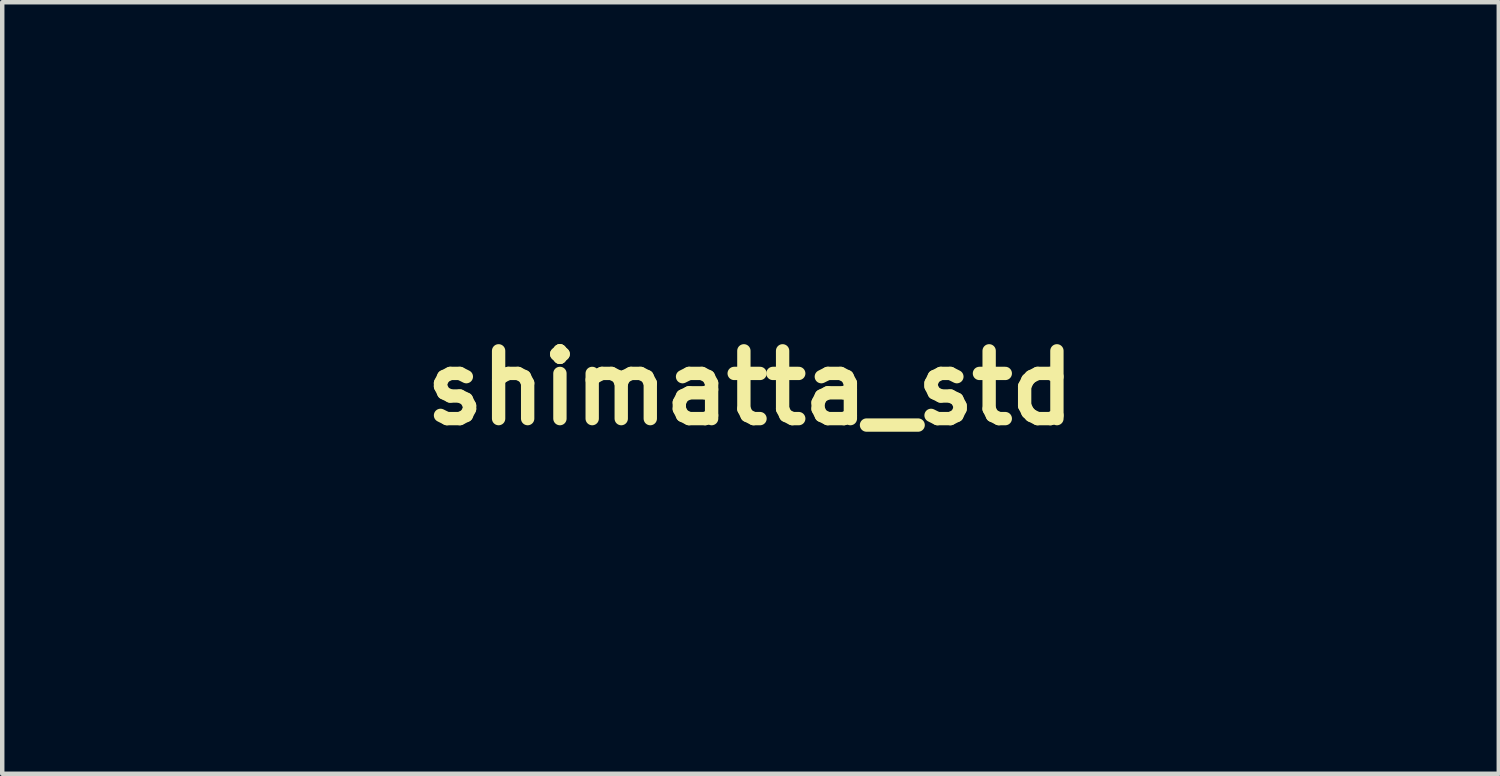
<source format=kicad_pcb>
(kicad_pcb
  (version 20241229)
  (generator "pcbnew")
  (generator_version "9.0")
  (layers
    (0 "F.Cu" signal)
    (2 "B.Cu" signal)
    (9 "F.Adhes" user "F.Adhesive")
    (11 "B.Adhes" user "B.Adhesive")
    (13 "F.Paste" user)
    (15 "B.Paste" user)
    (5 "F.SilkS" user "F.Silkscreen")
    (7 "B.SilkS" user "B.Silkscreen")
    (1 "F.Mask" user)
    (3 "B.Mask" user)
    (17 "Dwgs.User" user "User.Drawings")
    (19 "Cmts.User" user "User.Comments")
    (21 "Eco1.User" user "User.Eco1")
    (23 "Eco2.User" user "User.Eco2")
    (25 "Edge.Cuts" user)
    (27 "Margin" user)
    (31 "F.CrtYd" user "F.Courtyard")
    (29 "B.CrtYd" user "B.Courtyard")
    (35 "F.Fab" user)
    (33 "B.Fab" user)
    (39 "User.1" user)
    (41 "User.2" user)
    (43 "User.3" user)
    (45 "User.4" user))
  (footprint "shimatta_std"
    (layer "F.Cu")
    (at 13.823 5.674)
    (property "Reference" "shimatta_std" (at 0 0 0) (layer "F.SilkS") (effects (font (size 1.524 1.524) (thickness 0.3))))
    (attr through_hole)
    (fp_poly (pts (xy 10.869 -0.347) (xy 10.94 -0.345) (xy 11.002 -0.341) (xy 11.054 -0.335) (xy 11.1 -0.326) (xy 11.139 -0.315) (xy 11.173 -0.301) (xy 11.203 -0.284) (xy 11.23 -0.264) (xy 11.256 -0.24) (xy 11.256 -0.24) (xy 11.289 -0.201) (xy 11.312 -0.159) (xy 11.327 -0.11) (xy 11.334 -0.051) (xy 11.334 -0.051) (xy 11.333 0.023) (xy 11.32 0.089) (xy 11.297 0.147) (xy 11.264 0.195) (xy 11.219 0.233) (xy 11.191 0.25) (xy 11.17 0.26) (xy 11.151 0.269) (xy 11.13 0.275) (xy 11.108 0.281) (xy 11.081 0.285) (xy 11.048 0.289) (xy 11.008 0.291) (xy 10.96 0.294) (xy 10.9 0.296) (xy 10.828 0.297) (xy 10.806 0.298) (xy 10.501 0.309) (xy 10.208 0.326) (xy 9.923 0.349) (xy 9.646 0.38) (xy 9.471 0.403) (xy 9.412 0.411) (xy 9.364 0.416) (xy 9.325 0.419) (xy 9.291 0.419) (xy 9.26 0.417) (xy 9.228 0.413) (xy 9.212 0.41) (xy 9.144 0.392) (xy 9.087 0.364) (xy 9.041 0.326) (xy 9.005 0.278) (xy 8.993 0.255) (xy 8.981 0.218) (xy 8.973 0.172) (xy 8.97 0.123) (xy 8.971 0.074) (xy 8.977 0.037) (xy 8.998 -0.025) (xy 9.031 -0.081) (xy 9.076 -0.128) (xy 9.123 -0.162) (xy 9.147 -0.175) (xy 9.175 -0.186) (xy 9.208 -0.198) (xy 9.248 -0.208) (xy 9.294 -0.218) (xy 9.35 -0.229) (xy 9.415 -0.239) (xy 9.491 -0.251) (xy 9.579 -0.262) (xy 9.652 -0.272) (xy 9.801 -0.289) (xy 9.95 -0.304) (xy 10.103 -0.317) (xy 10.263 -0.327) (xy 10.431 -0.336) (xy 10.585 -0.342) (xy 10.692 -0.345) (xy 10.787 -0.347) (xy 10.869 -0.347)) (stroke (width 0.01) (type solid)) (fill yes) (layer "F.Mask"))
    (fp_poly (pts (xy 9.004 1.085) (xy 9.057 1.097) (xy 9.102 1.118) (xy 9.136 1.144) (xy 9.163 1.17) (xy 9.184 1.198) (xy 9.2 1.229) (xy 9.213 1.266) (xy 9.223 1.311) (xy 9.231 1.365) (xy 9.236 1.43) (xy 9.238 1.48) (xy 9.242 1.557) (xy 9.247 1.621) (xy 9.254 1.674) (xy 9.262 1.72) (xy 9.272 1.759) (xy 9.284 1.795) (xy 9.3 1.828) (xy 9.3 1.829) (xy 9.324 1.861) (xy 9.36 1.889) (xy 9.41 1.914) (xy 9.473 1.936) (xy 9.55 1.955) (xy 9.608 1.966) (xy 9.66 1.974) (xy 9.709 1.98) (xy 9.759 1.986) (xy 9.811 1.99) (xy 9.867 1.994) (xy 9.931 1.996) (xy 10.004 1.999) (xy 10.089 2) (xy 10.113 2.001) (xy 10.345 2.001) (xy 10.575 1.993) (xy 10.8 1.978) (xy 11.017 1.955) (xy 11.225 1.926) (xy 11.284 1.916) (xy 11.323 1.909) (xy 11.353 1.905) (xy 11.379 1.905) (xy 11.405 1.906) (xy 11.425 1.909) (xy 11.495 1.923) (xy 11.553 1.946) (xy 11.601 1.978) (xy 11.638 2.018) (xy 11.664 2.068) (xy 11.668 2.077) (xy 11.675 2.105) (xy 11.68 2.143) (xy 11.682 2.186) (xy 11.683 2.23) (xy 11.681 2.268) (xy 11.677 2.293) (xy 11.655 2.358) (xy 11.622 2.415) (xy 11.576 2.465) (xy 11.519 2.507) (xy 11.451 2.54) (xy 11.382 2.562) (xy 11.342 2.57) (xy 11.29 2.578) (xy 11.227 2.587) (xy 11.154 2.596) (xy 11.074 2.605) (xy 10.988 2.613) (xy 10.897 2.621) (xy 10.803 2.628) (xy 10.709 2.634) (xy 10.705 2.634) (xy 10.652 2.637) (xy 10.589 2.639) (xy 10.518 2.641) (xy 10.441 2.643) (xy 10.362 2.644) (xy 10.282 2.645) (xy 10.203 2.645) (xy 10.129 2.645) (xy 10.061 2.645) (xy 10.001 2.644) (xy 9.953 2.642) (xy 9.939 2.641) (xy 9.768 2.628) (xy 9.611 2.609) (xy 9.467 2.584) (xy 9.336 2.552) (xy 9.218 2.514) (xy 9.113 2.47) (xy 9.021 2.419) (xy 8.998 2.404) (xy 8.936 2.356) (xy 8.876 2.296) (xy 8.821 2.228) (xy 8.773 2.156) (xy 8.735 2.082) (xy 8.731 2.072) (xy 8.707 2.008) (xy 8.685 1.936) (xy 8.667 1.862) (xy 8.661 1.831) (xy 8.656 1.795) (xy 8.652 1.749) (xy 8.648 1.695) (xy 8.646 1.636) (xy 8.644 1.574) (xy 8.644 1.513) (xy 8.645 1.455) (xy 8.646 1.403) (xy 8.649 1.36) (xy 8.653 1.328) (xy 8.653 1.328) (xy 8.672 1.258) (xy 8.699 1.201) (xy 8.734 1.154) (xy 8.778 1.12) (xy 8.832 1.096) (xy 8.895 1.084) (xy 8.94 1.081) (xy 9.004 1.085)) (stroke (width 0.01) (type solid)) (fill yes) (layer "F.Mask"))
    (fp_poly (pts (xy 3.281 -0.881) (xy 3.346 -0.88) (xy 3.403 -0.878) (xy 3.45 -0.874) (xy 3.473 -0.872) (xy 3.614 -0.85) (xy 3.745 -0.82) (xy 3.869 -0.783) (xy 3.989 -0.736) (xy 4.096 -0.686) (xy 4.194 -0.633) (xy 4.288 -0.574) (xy 4.377 -0.511) (xy 4.458 -0.446) (xy 4.528 -0.38) (xy 4.555 -0.351) (xy 4.64 -0.246) (xy 4.713 -0.133) (xy 4.775 -0.011) (xy 4.824 0.116) (xy 4.851 0.209) (xy 4.879 0.348) (xy 4.897 0.491) (xy 4.903 0.636) (xy 4.899 0.779) (xy 4.883 0.919) (xy 4.861 1.033) (xy 4.824 1.161) (xy 4.774 1.288) (xy 4.711 1.411) (xy 4.636 1.529) (xy 4.551 1.641) (xy 4.456 1.745) (xy 4.408 1.79) (xy 4.299 1.882) (xy 4.178 1.972) (xy 4.045 2.058) (xy 3.903 2.14) (xy 3.753 2.216) (xy 3.597 2.287) (xy 3.437 2.35) (xy 3.274 2.406) (xy 3.219 2.423) (xy 3.14 2.444) (xy 3.049 2.466) (xy 2.95 2.487) (xy 2.844 2.508) (xy 2.735 2.527) (xy 2.624 2.544) (xy 2.515 2.559) (xy 2.486 2.562) (xy 2.428 2.568) (xy 2.365 2.573) (xy 2.3 2.577) (xy 2.234 2.58) (xy 2.171 2.581) (xy 2.112 2.581) (xy 2.06 2.58) (xy 2.017 2.577) (xy 1.987 2.573) (xy 1.986 2.573) (xy 1.916 2.552) (xy 1.857 2.523) (xy 1.809 2.485) (xy 1.773 2.438) (xy 1.749 2.383) (xy 1.737 2.321) (xy 1.737 2.253) (xy 1.748 2.186) (xy 1.77 2.129) (xy 1.804 2.08) (xy 1.848 2.039) (xy 1.85 2.039) (xy 1.878 2.021) (xy 1.908 2.006) (xy 1.943 1.993) (xy 1.984 1.983) (xy 2.034 1.974) (xy 2.095 1.966) (xy 2.161 1.959) (xy 2.312 1.944) (xy 2.45 1.928) (xy 2.578 1.91) (xy 2.698 1.89) (xy 2.811 1.867) (xy 2.92 1.841) (xy 3.027 1.811) (xy 3.134 1.777) (xy 3.242 1.739) (xy 3.355 1.696) (xy 3.386 1.683) (xy 3.439 1.661) (xy 3.498 1.634) (xy 3.56 1.605) (xy 3.622 1.574) (xy 3.68 1.544) (xy 3.73 1.516) (xy 3.769 1.494) (xy 3.864 1.429) (xy 3.952 1.354) (xy 4.033 1.272) (xy 4.104 1.184) (xy 4.164 1.094) (xy 4.187 1.053) (xy 4.225 0.967) (xy 4.253 0.882) (xy 4.271 0.794) (xy 4.28 0.699) (xy 4.282 0.64) (xy 4.277 0.527) (xy 4.263 0.425) (xy 4.239 0.332) (xy 4.204 0.246) (xy 4.159 0.167) (xy 4.119 0.112) (xy 4.06 0.048) (xy 3.988 -0.012) (xy 3.902 -0.07) (xy 3.802 -0.125) (xy 3.778 -0.137) (xy 3.682 -0.179) (xy 3.583 -0.213) (xy 3.482 -0.238) (xy 3.374 -0.255) (xy 3.26 -0.264) (xy 3.136 -0.265) (xy 3.044 -0.262) (xy 2.888 -0.252) (xy 2.734 -0.237) (xy 2.58 -0.218) (xy 2.425 -0.193) (xy 2.267 -0.163) (xy 2.104 -0.128) (xy 1.936 -0.087) (xy 1.76 -0.039) (xy 1.575 0.015) (xy 1.379 0.077) (xy 1.294 0.105) (xy 1.212 0.131) (xy 1.143 0.154) (xy 1.085 0.173) (xy 1.036 0.188) (xy 0.995 0.2) (xy 0.961 0.21) (xy 0.933 0.217) (xy 0.908 0.222) (xy 0.887 0.226) (xy 0.866 0.228) (xy 0.846 0.23) (xy 0.842 0.23) (xy 0.771 0.229) (xy 0.706 0.218) (xy 0.649 0.197) (xy 0.601 0.166) (xy 0.562 0.127) (xy 0.537 0.083) (xy 0.517 0.02) (xy 0.509 -0.044) (xy 0.515 -0.105) (xy 0.534 -0.162) (xy 0.564 -0.214) (xy 0.601 -0.254) (xy 0.628 -0.276) (xy 0.659 -0.297) (xy 0.695 -0.317) (xy 0.739 -0.338) (xy 0.791 -0.359) (xy 0.853 -0.383) (xy 0.928 -0.409) (xy 0.963 -0.42) (xy 1.236 -0.508) (xy 1.499 -0.587) (xy 1.751 -0.656) (xy 1.993 -0.716) (xy 2.226 -0.767) (xy 2.45 -0.81) (xy 2.665 -0.843) (xy 2.871 -0.867) (xy 2.881 -0.868) (xy 2.936 -0.873) (xy 2.999 -0.876) (xy 3.067 -0.879) (xy 3.139 -0.88) (xy 3.211 -0.881) (xy 3.281 -0.881)) (stroke (width 0.01) (type solid)) (fill yes) (layer "F.Mask"))
    (fp_poly (pts (xy -11.307 -2.522) (xy -11.244 -2.508) (xy -11.19 -2.485) (xy -11.145 -2.451) (xy -11.108 -2.405) (xy -11.078 -2.348) (xy -11.063 -2.308) (xy -11.061 -2.303) (xy -11.06 -2.297) (xy -11.059 -2.291) (xy -11.057 -2.282) (xy -11.056 -2.27) (xy -11.055 -2.256) (xy -11.054 -2.237) (xy -11.054 -2.215) (xy -11.053 -2.188) (xy -11.052 -2.156) (xy -11.051 -2.118) (xy -11.051 -2.073) (xy -11.05 -2.022) (xy -11.05 -1.963) (xy -11.049 -1.896) (xy -11.049 -1.82) (xy -11.049 -1.736) (xy -11.048 -1.641) (xy -11.048 -1.537) (xy -11.047 -1.421) (xy -11.047 -1.294) (xy -11.047 -1.156) (xy -11.046 -1.005) (xy -11.046 -0.84) (xy -11.045 -0.663) (xy -11.045 -0.523) (xy -11.045 -0.332) (xy -11.044 -0.155) (xy -11.044 0.008) (xy -11.044 0.158) (xy -11.043 0.297) (xy -11.043 0.423) (xy -11.042 0.539) (xy -11.042 0.644) (xy -11.041 0.739) (xy -11.041 0.825) (xy -11.04 0.902) (xy -11.039 0.971) (xy -11.039 1.032) (xy -11.038 1.087) (xy -11.036 1.135) (xy -11.035 1.177) (xy -11.034 1.213) (xy -11.032 1.245) (xy -11.03 1.273) (xy -11.028 1.297) (xy -11.026 1.318) (xy -11.023 1.337) (xy -11.021 1.354) (xy -11.018 1.369) (xy -11.014 1.384) (xy -11.011 1.399) (xy -11.007 1.414) (xy -11.003 1.431) (xy -10.998 1.448) (xy -10.998 1.45) (xy -10.965 1.559) (xy -10.922 1.657) (xy -10.87 1.744) (xy -10.809 1.819) (xy -10.738 1.884) (xy -10.657 1.938) (xy -10.567 1.981) (xy -10.468 2.014) (xy -10.359 2.035) (xy -10.24 2.045) (xy -10.181 2.046) (xy -10.024 2.04) (xy -9.873 2.022) (xy -9.728 1.992) (xy -9.591 1.95) (xy -9.461 1.896) (xy -9.34 1.832) (xy -9.26 1.78) (xy -9.188 1.723) (xy -9.112 1.653) (xy -9.032 1.57) (xy -8.95 1.476) (xy -8.866 1.37) (xy -8.78 1.253) (xy -8.692 1.127) (xy -8.604 0.991) (xy -8.516 0.846) (xy -8.457 0.745) (xy -8.42 0.682) (xy -8.39 0.63) (xy -8.363 0.589) (xy -8.341 0.555) (xy -8.32 0.528) (xy -8.301 0.507) (xy -8.282 0.489) (xy -8.263 0.474) (xy -8.214 0.444) (xy -8.165 0.427) (xy -8.111 0.423) (xy -8.087 0.424) (xy -8.016 0.435) (xy -7.956 0.456) (xy -7.907 0.486) (xy -7.867 0.526) (xy -7.836 0.577) (xy -7.829 0.594) (xy -7.822 0.612) (xy -7.818 0.63) (xy -7.815 0.651) (xy -7.813 0.678) (xy -7.813 0.715) (xy -7.813 0.74) (xy -7.813 0.783) (xy -7.814 0.816) (xy -7.816 0.841) (xy -7.82 0.863) (xy -7.827 0.886) (xy -7.832 0.904) (xy -7.852 0.954) (xy -7.878 1.012) (xy -7.913 1.079) (xy -7.956 1.154) (xy -8.007 1.24) (xy -8.067 1.335) (xy -8.112 1.404) (xy -8.185 1.512) (xy -8.26 1.619) (xy -8.337 1.722) (xy -8.414 1.821) (xy -8.49 1.914) (xy -8.563 1.999) (xy -8.633 2.075) (xy -8.699 2.14) (xy -8.729 2.167) (xy -8.86 2.275) (xy -8.997 2.371) (xy -9.141 2.453) (xy -9.29 2.523) (xy -9.447 2.581) (xy -9.611 2.627) (xy -9.783 2.66) (xy -9.884 2.674) (xy -9.92 2.677) (xy -9.965 2.681) (xy -10.017 2.683) (xy -10.074 2.686) (xy -10.132 2.688) (xy -10.189 2.689) (xy -10.241 2.69) (xy -10.286 2.69) (xy -10.32 2.689) (xy -10.334 2.688) (xy -10.417 2.68) (xy -10.488 2.673) (xy -10.55 2.665) (xy -10.605 2.656) (xy -10.657 2.646) (xy -10.708 2.634) (xy -10.76 2.62) (xy -10.762 2.62) (xy -10.895 2.576) (xy -11.018 2.521) (xy -11.131 2.456) (xy -11.234 2.38) (xy -11.327 2.294) (xy -11.41 2.198) (xy -11.483 2.091) (xy -11.546 1.974) (xy -11.598 1.846) (xy -11.641 1.708) (xy -11.673 1.561) (xy -11.683 1.499) (xy -11.686 1.476) (xy -11.689 1.454) (xy -11.692 1.431) (xy -11.695 1.408) (xy -11.697 1.384) (xy -11.699 1.358) (xy -11.701 1.329) (xy -11.703 1.297) (xy -11.705 1.262) (xy -11.706 1.222) (xy -11.707 1.178) (xy -11.708 1.128) (xy -11.709 1.072) (xy -11.71 1.01) (xy -11.711 0.94) (xy -11.711 0.862) (xy -11.712 0.777) (xy -11.712 0.682) (xy -11.712 0.577) (xy -11.712 0.463) (xy -11.712 0.338) (xy -11.712 0.201) (xy -11.712 0.053) (xy -11.712 -0.108) (xy -11.712 -0.282) (xy -11.712 -0.47) (xy -11.712 -0.555) (xy -11.711 -0.741) (xy -11.711 -0.912) (xy -11.711 -1.071) (xy -11.711 -1.216) (xy -11.71 -1.349) (xy -11.71 -1.471) (xy -11.71 -1.581) (xy -11.71 -1.681) (xy -11.709 -1.77) (xy -11.709 -1.851) (xy -11.708 -1.922) (xy -11.708 -1.985) (xy -11.708 -2.04) (xy -11.707 -2.088) (xy -11.706 -2.129) (xy -11.706 -2.164) (xy -11.705 -2.193) (xy -11.704 -2.218) (xy -11.703 -2.238) (xy -11.702 -2.254) (xy -11.701 -2.267) (xy -11.7 -2.277) (xy -11.699 -2.285) (xy -11.698 -2.291) (xy -11.696 -2.296) (xy -11.671 -2.364) (xy -11.638 -2.419) (xy -11.598 -2.462) (xy -11.549 -2.493) (xy -11.492 -2.514) (xy -11.424 -2.525) (xy -11.381 -2.526) (xy -11.307 -2.522)) (stroke (width 0.01) (type solid)) (fill yes) (layer "F.Mask"))
    (fp_poly (pts (xy 8.528 -2.643) (xy 8.595 -2.628) (xy 8.652 -2.602) (xy 8.699 -2.566) (xy 8.736 -2.52) (xy 8.763 -2.463) (xy 8.774 -2.424) (xy 8.781 -2.388) (xy 8.784 -2.343) (xy 8.784 -2.288) (xy 8.78 -2.224) (xy 8.773 -2.148) (xy 8.763 -2.061) (xy 8.749 -1.962) (xy 8.732 -1.85) (xy 8.719 -1.771) (xy 8.71 -1.721) (xy 8.703 -1.674) (xy 8.697 -1.635) (xy 8.693 -1.604) (xy 8.691 -1.584) (xy 8.69 -1.576) (xy 8.69 -1.576) (xy 8.699 -1.575) (xy 8.721 -1.575) (xy 8.755 -1.576) (xy 8.8 -1.578) (xy 8.855 -1.582) (xy 8.917 -1.586) (xy 8.987 -1.591) (xy 9.063 -1.596) (xy 9.144 -1.602) (xy 9.228 -1.609) (xy 9.314 -1.616) (xy 9.401 -1.623) (xy 9.488 -1.631) (xy 9.574 -1.639) (xy 9.657 -1.646) (xy 9.71 -1.652) (xy 9.796 -1.659) (xy 9.87 -1.665) (xy 9.932 -1.667) (xy 9.985 -1.667) (xy 10.03 -1.664) (xy 10.07 -1.658) (xy 10.104 -1.65) (xy 10.11 -1.648) (xy 10.171 -1.622) (xy 10.221 -1.587) (xy 10.261 -1.541) (xy 10.29 -1.486) (xy 10.291 -1.483) (xy 10.302 -1.443) (xy 10.308 -1.395) (xy 10.309 -1.345) (xy 10.305 -1.296) (xy 10.296 -1.253) (xy 10.292 -1.241) (xy 10.263 -1.184) (xy 10.224 -1.137) (xy 10.174 -1.099) (xy 10.112 -1.069) (xy 10.039 -1.046) (xy 10.018 -1.042) (xy 9.988 -1.037) (xy 9.945 -1.031) (xy 9.891 -1.025) (xy 9.826 -1.018) (xy 9.752 -1.011) (xy 9.671 -1.003) (xy 9.584 -0.996) (xy 9.493 -0.988) (xy 9.398 -0.981) (xy 9.302 -0.973) (xy 9.206 -0.966) (xy 9.11 -0.96) (xy 9.018 -0.954) (xy 8.929 -0.949) (xy 8.897 -0.947) (xy 8.839 -0.944) (xy 8.783 -0.941) (xy 8.731 -0.938) (xy 8.685 -0.935) (xy 8.649 -0.932) (xy 8.624 -0.931) (xy 8.622 -0.93) (xy 8.561 -0.925) (xy 8.512 -0.708) (xy 8.401 -0.239) (xy 8.28 0.22) (xy 8.149 0.672) (xy 8.007 1.12) (xy 7.854 1.565) (xy 7.778 1.771) (xy 7.758 1.825) (xy 7.735 1.886) (xy 7.71 1.951) (xy 7.683 2.019) (xy 7.656 2.088) (xy 7.629 2.157) (xy 7.602 2.224) (xy 7.577 2.287) (xy 7.553 2.345) (xy 7.532 2.397) (xy 7.514 2.44) (xy 7.5 2.473) (xy 7.49 2.495) (xy 7.489 2.498) (xy 7.447 2.568) (xy 7.399 2.625) (xy 7.346 2.669) (xy 7.287 2.699) (xy 7.254 2.71) (xy 7.211 2.718) (xy 7.162 2.72) (xy 7.112 2.719) (xy 7.067 2.713) (xy 7.056 2.71) (xy 6.997 2.689) (xy 6.95 2.66) (xy 6.912 2.623) (xy 6.888 2.583) (xy 6.869 2.539) (xy 6.858 2.494) (xy 6.852 2.445) (xy 6.852 2.386) (xy 6.853 2.38) (xy 6.855 2.347) (xy 6.858 2.316) (xy 6.864 2.286) (xy 6.873 2.255) (xy 6.885 2.219) (xy 6.902 2.177) (xy 6.923 2.126) (xy 6.945 2.075) (xy 7.054 1.821) (xy 7.162 1.556) (xy 7.267 1.28) (xy 7.368 0.998) (xy 7.466 0.711) (xy 7.559 0.421) (xy 7.646 0.132) (xy 7.71 -0.096) (xy 7.727 -0.159) (xy 7.745 -0.226) (xy 7.763 -0.296) (xy 7.782 -0.369) (xy 7.801 -0.442) (xy 7.819 -0.514) (xy 7.836 -0.584) (xy 7.853 -0.651) (xy 7.868 -0.712) (xy 7.881 -0.767) (xy 7.892 -0.815) (xy 7.901 -0.854) (xy 7.906 -0.882) (xy 7.909 -0.899) (xy 7.909 -0.903) (xy 7.901 -0.903) (xy 7.882 -0.903) (xy 7.852 -0.902) (xy 7.815 -0.901) (xy 7.777 -0.899) (xy 7.651 -0.894) (xy 7.538 -0.89) (xy 7.439 -0.887) (xy 7.352 -0.884) (xy 7.278 -0.882) (xy 7.215 -0.881) (xy 7.163 -0.881) (xy 7.121 -0.881) (xy 7.088 -0.883) (xy 7.065 -0.884) (xy 7.06 -0.885) (xy 7.003 -0.896) (xy 6.957 -0.911) (xy 6.918 -0.932) (xy 6.885 -0.958) (xy 6.845 -1.004) (xy 6.816 -1.059) (xy 6.799 -1.123) (xy 6.793 -1.195) (xy 6.795 -1.229) (xy 6.805 -1.298) (xy 6.826 -1.357) (xy 6.858 -1.407) (xy 6.901 -1.447) (xy 6.956 -1.479) (xy 7.012 -1.5) (xy 7.024 -1.503) (xy 7.036 -1.506) (xy 7.049 -1.509) (xy 7.065 -1.511) (xy 7.084 -1.514) (xy 7.107 -1.516) (xy 7.135 -1.518) (xy 7.169 -1.52) (xy 7.21 -1.522) (xy 7.258 -1.524) (xy 7.316 -1.526) (xy 7.382 -1.528) (xy 7.459 -1.531) (xy 7.547 -1.533) (xy 7.647 -1.536) (xy 7.76 -1.54) (xy 7.857 -1.543) (xy 7.913 -1.544) (xy 7.956 -1.546) (xy 7.988 -1.548) (xy 8.01 -1.549) (xy 8.024 -1.552) (xy 8.032 -1.555) (xy 8.036 -1.558) (xy 8.037 -1.559) (xy 8.039 -1.571) (xy 8.043 -1.595) (xy 8.049 -1.629) (xy 8.056 -1.673) (xy 8.063 -1.723) (xy 8.072 -1.778) (xy 8.081 -1.836) (xy 8.089 -1.896) (xy 8.098 -1.955) (xy 8.106 -2.012) (xy 8.114 -2.065) (xy 8.12 -2.111) (xy 8.124 -2.141) (xy 8.133 -2.206) (xy 8.14 -2.26) (xy 8.146 -2.302) (xy 8.152 -2.336) (xy 8.157 -2.364) (xy 8.162 -2.386) (xy 8.167 -2.407) (xy 8.173 -2.426) (xy 8.176 -2.434) (xy 8.205 -2.499) (xy 8.242 -2.553) (xy 8.287 -2.595) (xy 8.341 -2.625) (xy 8.401 -2.643) (xy 8.469 -2.648) (xy 8.528 -2.643)) (stroke (width 0.01) (type solid)) (fill yes) (layer "F.Mask"))
    (fp_poly (pts (xy -3.56 -2.674) (xy -3.528 -2.672) (xy -3.503 -2.669) (xy -3.482 -2.664) (xy -3.471 -2.66) (xy -3.416 -2.632) (xy -3.369 -2.593) (xy -3.331 -2.542) (xy -3.303 -2.482) (xy -3.301 -2.476) (xy -3.297 -2.464) (xy -3.294 -2.453) (xy -3.291 -2.44) (xy -3.289 -2.425) (xy -3.287 -2.406) (xy -3.286 -2.381) (xy -3.285 -2.35) (xy -3.284 -2.31) (xy -3.283 -2.261) (xy -3.283 -2.201) (xy -3.282 -2.129) (xy -3.282 -2.077) (xy -3.279 -1.727) (xy -3.231 -1.731) (xy -3.207 -1.733) (xy -3.172 -1.735) (xy -3.13 -1.738) (xy -3.085 -1.74) (xy -3.059 -1.742) (xy -2.881 -1.754) (xy -2.698 -1.768) (xy -2.514 -1.785) (xy -2.334 -1.803) (xy -2.161 -1.823) (xy -2.105 -1.83) (xy -2.022 -1.839) (xy -1.951 -1.846) (xy -1.892 -1.848) (xy -1.841 -1.847) (xy -1.798 -1.843) (xy -1.761 -1.834) (xy -1.727 -1.821) (xy -1.696 -1.804) (xy -1.686 -1.798) (xy -1.642 -1.759) (xy -1.606 -1.709) (xy -1.588 -1.671) (xy -1.581 -1.651) (xy -1.576 -1.631) (xy -1.573 -1.607) (xy -1.572 -1.576) (xy -1.572 -1.539) (xy -1.572 -1.498) (xy -1.574 -1.468) (xy -1.577 -1.445) (xy -1.582 -1.425) (xy -1.588 -1.406) (xy -1.616 -1.356) (xy -1.656 -1.311) (xy -1.706 -1.273) (xy -1.764 -1.244) (xy -1.829 -1.224) (xy -1.832 -1.223) (xy -1.865 -1.217) (xy -1.909 -1.211) (xy -1.966 -1.204) (xy -2.032 -1.197) (xy -2.106 -1.189) (xy -2.187 -1.181) (xy -2.273 -1.173) (xy -2.363 -1.165) (xy -2.454 -1.157) (xy -2.546 -1.15) (xy -2.637 -1.144) (xy -2.725 -1.138) (xy -2.754 -1.136) (xy -2.806 -1.133) (xy -2.862 -1.13) (xy -2.922 -1.126) (xy -2.984 -1.123) (xy -3.044 -1.12) (xy -3.101 -1.117) (xy -3.153 -1.115) (xy -3.197 -1.113) (xy -3.233 -1.111) (xy -3.257 -1.11) (xy -3.264 -1.11) (xy -3.28 -1.11) (xy -3.28 -0.769) (xy -3.28 -0.689) (xy -3.28 -0.621) (xy -3.28 -0.567) (xy -3.279 -0.523) (xy -3.278 -0.489) (xy -3.277 -0.464) (xy -3.276 -0.446) (xy -3.274 -0.435) (xy -3.272 -0.43) (xy -3.27 -0.428) (xy -3.26 -0.429) (xy -3.238 -0.43) (xy -3.205 -0.432) (xy -3.165 -0.434) (xy -3.118 -0.437) (xy -3.076 -0.439) (xy -2.911 -0.45) (xy -2.758 -0.461) (xy -2.613 -0.473) (xy -2.472 -0.486) (xy -2.334 -0.501) (xy -2.236 -0.512) (xy -2.181 -0.519) (xy -2.138 -0.523) (xy -2.105 -0.526) (xy -2.078 -0.527) (xy -2.055 -0.526) (xy -2.034 -0.525) (xy -2.025 -0.523) (xy -1.955 -0.509) (xy -1.896 -0.485) (xy -1.848 -0.451) (xy -1.812 -0.408) (xy -1.786 -0.356) (xy -1.786 -0.356) (xy -1.776 -0.316) (xy -1.77 -0.269) (xy -1.769 -0.221) (xy -1.771 -0.183) (xy -1.786 -0.115) (xy -1.811 -0.057) (xy -1.848 -0.007) (xy -1.896 0.034) (xy -1.956 0.067) (xy -1.997 0.083) (xy -2.036 0.094) (xy -2.088 0.104) (xy -2.152 0.114) (xy -2.228 0.124) (xy -2.315 0.134) (xy -2.412 0.143) (xy -2.517 0.152) (xy -2.631 0.161) (xy -2.751 0.168) (xy -2.877 0.175) (xy -3.008 0.181) (xy -3.05 0.183) (xy -3.28 0.191) (xy -3.28 1.02) (xy -3.162 1.059) (xy -2.897 1.152) (xy -2.643 1.253) (xy -2.398 1.364) (xy -2.163 1.483) (xy -1.936 1.613) (xy -1.747 1.733) (xy -1.676 1.782) (xy -1.617 1.827) (xy -1.57 1.869) (xy -1.533 1.91) (xy -1.507 1.952) (xy -1.488 1.996) (xy -1.478 2.043) (xy -1.475 2.095) (xy -1.476 2.137) (xy -1.485 2.217) (xy -1.503 2.285) (xy -1.53 2.342) (xy -1.566 2.387) (xy -1.611 2.423) (xy -1.666 2.448) (xy -1.723 2.462) (xy -1.768 2.466) (xy -1.811 2.463) (xy -1.856 2.452) (xy -1.903 2.433) (xy -1.954 2.404) (xy -2.011 2.365) (xy -2.057 2.33) (xy -2.173 2.244) (xy -2.294 2.161) (xy -2.424 2.08) (xy -2.563 2.001) (xy -2.714 1.921) (xy -2.765 1.895) (xy -2.81 1.873) (xy -2.86 1.849) (xy -2.914 1.823) (xy -2.97 1.798) (xy -3.025 1.773) (xy -3.079 1.748) (xy -3.129 1.726) (xy -3.175 1.706) (xy -3.214 1.69) (xy -3.244 1.678) (xy -3.264 1.671) (xy -3.272 1.669) (xy -3.277 1.676) (xy -3.282 1.692) (xy -3.284 1.704) (xy -3.294 1.764) (xy -3.309 1.831) (xy -3.326 1.9) (xy -3.344 1.963) (xy -3.353 1.994) (xy -3.394 2.099) (xy -3.439 2.192) (xy -3.49 2.275) (xy -3.549 2.351) (xy -3.586 2.392) (xy -3.668 2.467) (xy -3.757 2.532) (xy -3.856 2.586) (xy -3.963 2.631) (xy -4.081 2.666) (xy -4.209 2.692) (xy -4.287 2.703) (xy -4.322 2.706) (xy -4.368 2.709) (xy -4.421 2.711) (xy -4.479 2.712) (xy -4.537 2.713) (xy -4.593 2.713) (xy -4.644 2.713) (xy -4.686 2.711) (xy -4.71 2.709) (xy -4.832 2.695) (xy -4.943 2.676) (xy -5.043 2.652) (xy -5.134 2.622) (xy -5.218 2.585) (xy -5.298 2.541) (xy -5.374 2.488) (xy -5.448 2.427) (xy -5.505 2.374) (xy -5.585 2.287) (xy -5.651 2.2) (xy -5.704 2.11) (xy -5.743 2.018) (xy -5.77 1.922) (xy -5.774 1.899) (xy -5.781 1.834) (xy -5.782 1.804) (xy -5.141 1.804) (xy -5.138 1.829) (xy -5.124 1.891) (xy -5.1 1.944) (xy -5.066 1.991) (xy -5.02 2.031) (xy -4.962 2.065) (xy -4.891 2.095) (xy -4.872 2.101) (xy -4.795 2.121) (xy -4.71 2.136) (xy -4.619 2.145) (xy -4.529 2.147) (xy -4.444 2.142) (xy -4.405 2.137) (xy -4.344 2.126) (xy -4.292 2.113) (xy -4.246 2.096) (xy -4.213 2.081) (xy -4.145 2.041) (xy -4.088 1.997) (xy -4.043 1.945) (xy -4.005 1.884) (xy -3.975 1.811) (xy -3.969 1.794) (xy -3.956 1.746) (xy -3.945 1.692) (xy -3.935 1.635) (xy -3.929 1.581) (xy -3.926 1.535) (xy -3.926 1.533) (xy -3.926 1.49) (xy -3.993 1.475) (xy -4.096 1.453) (xy -4.194 1.438) (xy -4.291 1.427) (xy -4.392 1.421) (xy -4.496 1.42) (xy -4.569 1.42) (xy -4.631 1.423) (xy -4.684 1.427) (xy -4.733 1.434) (xy -4.778 1.443) (xy -4.825 1.456) (xy -4.858 1.467) (xy -4.921 1.49) (xy -4.973 1.515) (xy -5.016 1.544) (xy -5.055 1.578) (xy -5.097 1.628) (xy -5.125 1.682) (xy -5.139 1.74) (xy -5.141 1.804) (xy -5.782 1.804) (xy -5.783 1.762) (xy -5.78 1.687) (xy -5.771 1.615) (xy -5.759 1.557) (xy -5.727 1.459) (xy -5.681 1.367) (xy -5.623 1.281) (xy -5.551 1.202) (xy -5.468 1.129) (xy -5.372 1.063) (xy -5.265 1.005) (xy -5.158 0.959) (xy -5.046 0.921) (xy -4.927 0.892) (xy -4.799 0.869) (xy -4.684 0.856) (xy -4.63 0.853) (xy -4.564 0.85) (xy -4.489 0.849) (xy -4.407 0.849) (xy -4.322 0.85) (xy -4.236 0.853) (xy -4.152 0.856) (xy -4.073 0.86) (xy -4 0.866) (xy -3.975 0.868) (xy -3.926 0.873) (xy -3.926 0.189) (xy -4.643 0.189) (xy -4.765 0.189) (xy -4.875 0.188) (xy -4.971 0.188) (xy -5.055 0.188) (xy -5.129 0.188) (xy -5.193 0.187) (xy -5.247 0.186) (xy -5.293 0.185) (xy -5.332 0.183) (xy -5.364 0.182) (xy -5.391 0.179) (xy -5.413 0.177) (xy -5.432 0.173) (xy -5.447 0.17) (xy -5.461 0.165) (xy -5.474 0.16) (xy -5.486 0.155) (xy -5.499 0.148) (xy -5.545 0.118) (xy -5.582 0.077) (xy -5.61 0.027) (xy -5.627 -0.032) (xy -5.635 -0.097) (xy -5.632 -0.159) (xy -5.619 -0.227) (xy -5.596 -0.284) (xy -5.563 -0.331) (xy -5.521 -0.368) (xy -5.492 -0.386) (xy -5.478 -0.392) (xy -5.466 -0.398) (xy -5.453 -0.404) (xy -5.44 -0.408) (xy -5.425 -0.412) (xy -5.407 -0.416) (xy -5.385 -0.418) (xy -5.359 -0.421) (xy -5.327 -0.423) (xy -5.289 -0.424) (xy -5.244 -0.426) (xy -5.191 -0.426) (xy -5.129 -0.427) (xy -5.057 -0.428) (xy -4.973 -0.428) (xy -4.879 -0.428) (xy -4.771 -0.428) (xy -4.65 -0.428) (xy -4.639 -0.428) (xy -3.926 -0.428) (xy -3.926 -1.089) (xy -4.763 -1.089) (xy -4.894 -1.089) (xy -5.012 -1.089) (xy -5.117 -1.089) (xy -5.21 -1.089) (xy -5.292 -1.089) (xy -5.363 -1.09) (xy -5.425 -1.09) (xy -5.478 -1.091) (xy -5.523 -1.092) (xy -5.561 -1.094) (xy -5.593 -1.095) (xy -5.619 -1.097) (xy -5.64 -1.1) (xy -5.658 -1.103) (xy -5.673 -1.106) (xy -5.685 -1.11) (xy -5.696 -1.114) (xy -5.707 -1.119) (xy -5.718 -1.124) (xy -5.725 -1.128) (xy -5.76 -1.151) (xy -5.794 -1.184) (xy -5.822 -1.221) (xy -5.836 -1.245) (xy -5.848 -1.284) (xy -5.856 -1.332) (xy -5.859 -1.384) (xy -5.857 -1.435) (xy -5.857 -1.437) (xy -5.843 -1.504) (xy -5.82 -1.561) (xy -5.787 -1.608) (xy -5.743 -1.646) (xy -5.687 -1.676) (xy -5.661 -1.686) (xy -5.613 -1.702) (xy -3.928 -1.706) (xy -3.924 -2.052) (xy -3.924 -2.133) (xy -3.923 -2.2) (xy -3.922 -2.256) (xy -3.921 -2.301) (xy -3.92 -2.338) (xy -3.919 -2.367) (xy -3.917 -2.39) (xy -3.915 -2.409) (xy -3.913 -2.425) (xy -3.91 -2.439) (xy -3.906 -2.453) (xy -3.905 -2.456) (xy -3.889 -2.507) (xy -3.869 -2.547) (xy -3.843 -2.582) (xy -3.817 -2.608) (xy -3.786 -2.633) (xy -3.754 -2.651) (xy -3.72 -2.663) (xy -3.679 -2.671) (xy -3.628 -2.674) (xy -3.603 -2.674) (xy -3.56 -2.674)) (stroke (width 0.01) (type solid)) (fill yes) (layer "F.Mask"))
    (fp_poly (pts (xy 0.457 -5.667) (xy 0.985 -5.657) (xy 1.511 -5.638) (xy 2.034 -5.611) (xy 2.554 -5.576) (xy 3.069 -5.533) (xy 3.579 -5.482) (xy 4.085 -5.422) (xy 4.584 -5.355) (xy 5.077 -5.28) (xy 5.563 -5.198) (xy 6.041 -5.108) (xy 6.511 -5.01) (xy 6.971 -4.905) (xy 7.423 -4.793) (xy 7.864 -4.674) (xy 8.294 -4.548) (xy 8.713 -4.414) (xy 9.12 -4.274) (xy 9.346 -4.191) (xy 9.679 -4.062) (xy 10.001 -3.93) (xy 10.311 -3.793) (xy 10.609 -3.652) (xy 10.895 -3.507) (xy 11.17 -3.359) (xy 11.432 -3.207) (xy 11.681 -3.052) (xy 11.918 -2.894) (xy 12.142 -2.733) (xy 12.352 -2.568) (xy 12.549 -2.401) (xy 12.733 -2.232) (xy 12.903 -2.059) (xy 13.059 -1.884) (xy 13.197 -1.713) (xy 13.324 -1.535) (xy 13.437 -1.357) (xy 13.535 -1.178) (xy 13.619 -0.997) (xy 13.689 -0.816) (xy 13.745 -0.632) (xy 13.786 -0.447) (xy 13.814 -0.261) (xy 13.82 -0.193) (xy 13.823 -0.114) (xy 13.825 -0.03) (xy 13.825 0.056) (xy 13.823 0.139) (xy 13.818 0.215) (xy 13.814 0.261) (xy 13.786 0.449) (xy 13.743 0.635) (xy 13.687 0.82) (xy 13.615 1.004) (xy 13.53 1.186) (xy 13.431 1.366) (xy 13.317 1.545) (xy 13.19 1.721) (xy 13.049 1.896) (xy 12.894 2.069) (xy 12.725 2.239) (xy 12.542 2.408) (xy 12.346 2.573) (xy 12.145 2.73) (xy 11.909 2.9) (xy 11.659 3.066) (xy 11.396 3.228) (xy 11.12 3.386) (xy 10.832 3.54) (xy 10.53 3.69) (xy 10.217 3.835) (xy 9.892 3.975) (xy 9.556 4.111) (xy 9.209 4.242) (xy 8.851 4.368) (xy 8.483 4.489) (xy 8.104 4.604) (xy 7.716 4.715) (xy 7.319 4.82) (xy 6.912 4.919) (xy 6.497 5.013) (xy 6.073 5.102) (xy 5.641 5.184) (xy 5.201 5.26) (xy 4.855 5.315) (xy 4.404 5.38) (xy 3.944 5.439) (xy 3.477 5.492) (xy 3.006 5.538) (xy 2.533 5.577) (xy 2.062 5.61) (xy 1.594 5.635) (xy 1.133 5.653) (xy 0.681 5.663) (xy 0.599 5.664) (xy 0.524 5.665) (xy 0.448 5.666) (xy 0.372 5.667) (xy 0.3 5.668) (xy 0.234 5.669) (xy 0.176 5.669) (xy 0.13 5.67) (xy 0.116 5.67) (xy 0.079 5.67) (xy 0.028 5.671) (xy -0.032 5.67) (xy -0.101 5.67) (xy -0.176 5.67) (xy -0.256 5.669) (xy -0.339 5.668) (xy -0.421 5.668) (xy -0.454 5.667) (xy -1.027 5.655) (xy -1.6 5.634) (xy -2.169 5.602) (xy -2.735 5.561) (xy -3.296 5.51) (xy -3.852 5.449) (xy -4.401 5.38) (xy -4.943 5.3) (xy -5.476 5.212) (xy -6 5.115) (xy -6.514 5.008) (xy -6.633 4.982) (xy -7.032 4.889) (xy -7.423 4.791) (xy -7.804 4.689) (xy -8.176 4.581) (xy -8.538 4.469) (xy -8.891 4.352) (xy -9.233 4.23) (xy -9.565 4.104) (xy -9.886 3.974) (xy -10.197 3.84) (xy -10.496 3.702) (xy -10.785 3.56) (xy -11.061 3.414) (xy -11.326 3.265) (xy -11.579 3.112) (xy -11.82 2.956) (xy -12.048 2.796) (xy -12.263 2.633) (xy -12.465 2.468) (xy -12.654 2.299) (xy -12.83 2.127) (xy -12.992 1.953) (xy -13.14 1.776) (xy -13.208 1.687) (xy -13.334 1.509) (xy -13.445 1.329) (xy -13.542 1.148) (xy -13.624 0.966) (xy -13.692 0.783) (xy -13.746 0.598) (xy -13.785 0.413) (xy -13.788 0.398) (xy -13.795 0.353) (xy -13.802 0.303) (xy -13.808 0.256) (xy -13.811 0.229) (xy -13.814 0.183) (xy -13.816 0.126) (xy -13.818 0.062) (xy -13.818 0.019) (xy -13.534 0.019) (xy -13.533 0.083) (xy -13.532 0.143) (xy -13.529 0.194) (xy -13.527 0.212) (xy -13.502 0.386) (xy -13.464 0.56) (xy -13.411 0.732) (xy -13.343 0.904) (xy -13.263 1.073) (xy -13.168 1.242) (xy -13.06 1.409) (xy -12.939 1.574) (xy -12.805 1.737) (xy -12.658 1.899) (xy -12.498 2.058) (xy -12.325 2.215) (xy -12.14 2.37) (xy -11.943 2.522) (xy -11.734 2.672) (xy -11.513 2.82) (xy -11.28 2.964) (xy -11.035 3.106) (xy -10.779 3.244) (xy -10.512 3.38) (xy -10.234 3.512) (xy -9.946 3.641) (xy -9.646 3.767) (xy -9.336 3.889) (xy -9.016 4.007) (xy -8.685 4.121) (xy -8.344 4.232) (xy -7.994 4.338) (xy -7.634 4.44) (xy -7.265 4.538) (xy -7.058 4.59) (xy -6.593 4.7) (xy -6.116 4.801) (xy -5.63 4.896) (xy -5.134 4.982) (xy -4.631 5.06) (xy -4.12 5.13) (xy -3.604 5.192) (xy -3.084 5.246) (xy -2.56 5.291) (xy -2.034 5.327) (xy -1.506 5.354) (xy -1.063 5.37) (xy -0.999 5.372) (xy -0.938 5.374) (xy -0.88 5.376) (xy -0.829 5.377) (xy -0.787 5.379) (xy -0.755 5.38) (xy -0.737 5.38) (xy -0.712 5.381) (xy -0.675 5.381) (xy -0.625 5.382) (xy -0.565 5.382) (xy -0.495 5.382) (xy -0.416 5.382) (xy -0.33 5.382) (xy -0.237 5.382) (xy -0.14 5.382) (xy -0.039 5.381) (xy 0.065 5.381) (xy 0.17 5.38) (xy 0.276 5.38) (xy 0.38 5.379) (xy 0.483 5.379) (xy 0.582 5.378) (xy 0.676 5.377) (xy 0.765 5.376) (xy 0.847 5.376) (xy 0.921 5.375) (xy 0.986 5.374) (xy 1.04 5.373) (xy 1.082 5.372) (xy 1.112 5.371) (xy 1.114 5.371) (xy 1.253 5.365) (xy 1.38 5.36) (xy 1.496 5.355) (xy 1.602 5.35) (xy 1.702 5.345) (xy 1.796 5.34) (xy 1.886 5.335) (xy 1.974 5.33) (xy 2.063 5.325) (xy 2.153 5.319) (xy 2.247 5.313) (xy 2.264 5.312) (xy 2.76 5.275) (xy 3.251 5.23) (xy 3.736 5.178) (xy 4.215 5.119) (xy 4.687 5.053) (xy 5.153 4.981) (xy 5.611 4.901) (xy 6.061 4.815) (xy 6.503 4.722) (xy 6.936 4.622) (xy 7.36 4.516) (xy 7.775 4.404) (xy 8.179 4.286) (xy 8.573 4.162) (xy 8.956 4.031) (xy 9.327 3.895) (xy 9.687 3.753) (xy 10.034 3.606) (xy 10.368 3.453) (xy 10.588 3.346) (xy 10.861 3.204) (xy 11.122 3.06) (xy 11.37 2.913) (xy 11.605 2.764) (xy 11.828 2.611) (xy 12.037 2.457) (xy 12.233 2.299) (xy 12.417 2.14) (xy 12.587 1.979) (xy 12.743 1.815) (xy 12.886 1.65) (xy 13.015 1.483) (xy 13.131 1.314) (xy 13.232 1.143) (xy 13.32 0.972) (xy 13.393 0.798) (xy 13.452 0.624) (xy 13.48 0.52) (xy 13.497 0.452) (xy 13.51 0.39) (xy 13.52 0.333) (xy 13.527 0.277) (xy 13.533 0.219) (xy 13.536 0.156) (xy 13.538 0.084) (xy 13.538 0.002) (xy 13.538 0) (xy 13.538 -0.083) (xy 13.536 -0.154) (xy 13.533 -0.218) (xy 13.527 -0.276) (xy 13.52 -0.332) (xy 13.51 -0.389) (xy 13.497 -0.45) (xy 13.481 -0.519) (xy 13.48 -0.52) (xy 13.43 -0.695) (xy 13.365 -0.868) (xy 13.286 -1.04) (xy 13.193 -1.211) (xy 13.086 -1.381) (xy 12.965 -1.549) (xy 12.83 -1.716) (xy 12.682 -1.881) (xy 12.52 -2.044) (xy 12.344 -2.205) (xy 12.155 -2.364) (xy 11.953 -2.52) (xy 11.738 -2.674) (xy 11.51 -2.826) (xy 11.269 -2.975) (xy 11.201 -3.015) (xy 11.099 -3.074) (xy 10.986 -3.136) (xy 10.866 -3.201) (xy 10.741 -3.267) (xy 10.614 -3.332) (xy 10.488 -3.395) (xy 10.366 -3.455) (xy 10.251 -3.509) (xy 10.229 -3.519) (xy 9.875 -3.675) (xy 9.509 -3.825) (xy 9.13 -3.969) (xy 8.739 -4.106) (xy 8.337 -4.237) (xy 7.924 -4.362) (xy 7.501 -4.479) (xy 7.067 -4.59) (xy 6.624 -4.695) (xy 6.172 -4.792) (xy 5.712 -4.882) (xy 5.243 -4.966) (xy 4.766 -5.042) (xy 4.282 -5.111) (xy 3.791 -5.172) (xy 3.294 -5.226) (xy 2.791 -5.272) (xy 2.282 -5.311) (xy 1.769 -5.342) (xy 1.564 -5.352) (xy 1.465 -5.356) (xy 1.373 -5.36) (xy 1.288 -5.364) (xy 1.208 -5.367) (xy 1.131 -5.37) (xy 1.057 -5.372) (xy 0.983 -5.374) (xy 0.908 -5.376) (xy 0.831 -5.377) (xy 0.751 -5.378) (xy 0.665 -5.379) (xy 0.573 -5.38) (xy 0.473 -5.381) (xy 0.364 -5.381) (xy 0.245 -5.381) (xy 0.113 -5.381) (xy 0.011 -5.381) (xy -0.134 -5.381) (xy -0.266 -5.381) (xy -0.386 -5.381) (xy -0.496 -5.38) (xy -0.597 -5.38) (xy -0.691 -5.379) (xy -0.778 -5.378) (xy -0.861 -5.376) (xy -0.94 -5.375) (xy -1.018 -5.373) (xy -1.095 -5.371) (xy -1.174 -5.368) (xy -1.254 -5.365) (xy -1.339 -5.362) (xy -1.428 -5.358) (xy -1.525 -5.353) (xy -1.553 -5.352) (xy -2.078 -5.323) (xy -2.598 -5.287) (xy -3.112 -5.243) (xy -3.62 -5.19) (xy -4.12 -5.131) (xy -4.614 -5.063) (xy -5.1 -4.988) (xy -5.578 -4.906) (xy -6.047 -4.816) (xy -6.508 -4.719) (xy -6.96 -4.615) (xy -7.401 -4.504) (xy -7.833 -4.385) (xy -8.254 -4.26) (xy -8.665 -4.128) (xy -9.063 -3.99) (xy -9.451 -3.845) (xy -9.826 -3.693) (xy -10.188 -3.534) (xy -10.222 -3.519) (xy -10.278 -3.493) (xy -10.345 -3.461) (xy -10.419 -3.425) (xy -10.498 -3.386) (xy -10.581 -3.344) (xy -10.664 -3.303) (xy -10.745 -3.261) (xy -10.821 -3.221) (xy -10.891 -3.185) (xy -10.953 -3.152) (xy -10.99 -3.131) (xy -11.245 -2.984) (xy -11.487 -2.835) (xy -11.716 -2.683) (xy -11.932 -2.529) (xy -12.135 -2.373) (xy -12.325 -2.215) (xy -12.501 -2.054) (xy -12.664 -1.892) (xy -12.813 -1.728) (xy -12.948 -1.562) (xy -13.07 -1.395) (xy -13.178 -1.226) (xy -13.272 -1.056) (xy -13.352 -0.885) (xy -13.418 -0.712) (xy -13.469 -0.539) (xy -13.506 -0.365) (xy -13.527 -0.212) (xy -13.53 -0.166) (xy -13.533 -0.11) (xy -13.534 -0.047) (xy -13.534 0.019) (xy -13.818 0.019) (xy -13.818 -0.005) (xy -13.818 -0.072) (xy -13.816 -0.135) (xy -13.814 -0.19) (xy -13.811 -0.229) (xy -13.785 -0.418) (xy -13.744 -0.605) (xy -13.689 -0.791) (xy -13.62 -0.975) (xy -13.537 -1.158) (xy -13.44 -1.339) (xy -13.329 -1.518) (xy -13.203 -1.695) (xy -13.064 -1.87) (xy -12.911 -2.043) (xy -12.744 -2.214) (xy -12.563 -2.382) (xy -12.369 -2.548) (xy -12.161 -2.712) (xy -11.939 -2.873) (xy -11.704 -3.032) (xy -11.456 -3.188) (xy -11.423 -3.208) (xy -11.14 -3.371) (xy -10.844 -3.53) (xy -10.534 -3.685) (xy -10.212 -3.834) (xy -9.878 -3.978) (xy -9.532 -4.118) (xy -9.174 -4.252) (xy -8.806 -4.38) (xy -8.427 -4.504) (xy -8.038 -4.622) (xy -7.639 -4.734) (xy -7.231 -4.84) (xy -6.813 -4.941) (xy -6.387 -5.035) (xy -5.953 -5.123) (xy -5.511 -5.206) (xy -5.062 -5.281) (xy -4.606 -5.351) (xy -4.143 -5.414) (xy -3.674 -5.47) (xy -3.2 -5.519) (xy -3.015 -5.537) (xy -2.633 -5.569) (xy -2.254 -5.597) (xy -1.875 -5.62) (xy -1.496 -5.638) (xy -1.113 -5.653) (xy -0.725 -5.662) (xy -0.329 -5.668) (xy 0.076 -5.669) (xy 0.457 -5.667)) (stroke (width 0.01) (type solid)) (fill yes) (layer "F.Mask")))
  (gr_rect
    (start -3 -3)
    (end 30.654 14.35)
    (stroke (width 0.1) (type default))
    (fill no)
    (layer "Edge.Cuts")))
</source>
